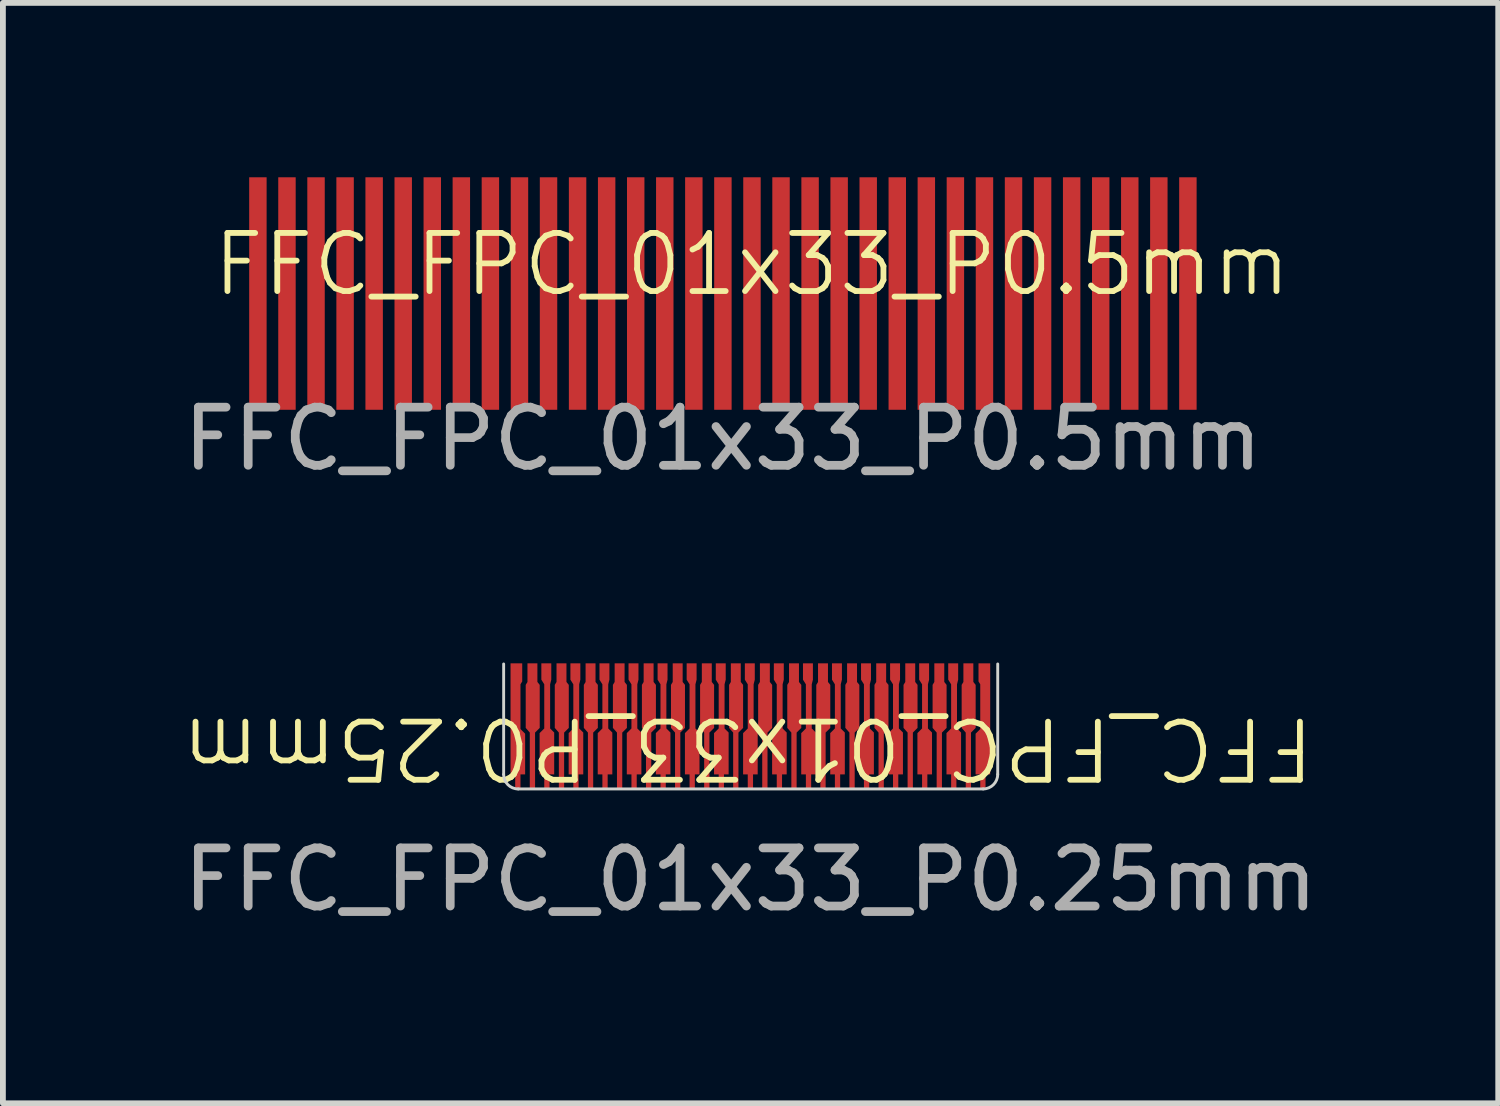
<source format=kicad_pcb>
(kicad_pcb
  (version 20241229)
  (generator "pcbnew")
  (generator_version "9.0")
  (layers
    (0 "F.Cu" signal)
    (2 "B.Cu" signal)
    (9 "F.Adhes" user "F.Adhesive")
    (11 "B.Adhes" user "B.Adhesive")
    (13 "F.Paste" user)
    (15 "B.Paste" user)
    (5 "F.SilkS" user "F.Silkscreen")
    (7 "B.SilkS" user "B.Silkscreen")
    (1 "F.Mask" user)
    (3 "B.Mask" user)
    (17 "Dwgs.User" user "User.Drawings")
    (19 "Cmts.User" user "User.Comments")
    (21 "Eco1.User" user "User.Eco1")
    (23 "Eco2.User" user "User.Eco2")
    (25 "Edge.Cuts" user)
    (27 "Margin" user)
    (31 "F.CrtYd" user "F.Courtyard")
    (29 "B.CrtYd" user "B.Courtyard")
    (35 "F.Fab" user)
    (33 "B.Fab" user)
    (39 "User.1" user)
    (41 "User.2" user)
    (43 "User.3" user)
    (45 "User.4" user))
  (footprint "FFC_FPC_01x33_P0.25mm"
    (layer "F.Cu")
    (at 9.863 9.583)
    (property "Reference" "FFC_FPC_01x33_P0.25mm" (at -0.049 0.24 180) (unlocked yes) (layer "F.SilkS") (effects (font (size 1 1) (thickness 0.1))))
    (attr smd)
    (fp_line (start -4.248 0.69) (end -4.248 -1.21) (stroke (width 0.05) (type default)) (layer "Edge.Cuts"))
    (fp_line (start 4.002 0.94) (end -3.998 0.94) (stroke (width 0.05) (type default)) (layer "Edge.Cuts"))
    (fp_line (start 4.252 0.69) (end 4.252 -1.21) (stroke (width 0.05) (type default)) (layer "Edge.Cuts"))
    (fp_arc (start -3.9985 0.940208) (mid -4.175277 0.866985) (end -4.2485 0.690208) (stroke (width 0.05) (type default)) (layer "Edge.Cuts"))
    (fp_arc (start 4.2515 0.690208) (mid 4.178277 0.866985) (end 4.0015 0.940208) (stroke (width 0.05) (type default)) (layer "Edge.Cuts"))
    (fp_text user "${REFERENCE}" (at 0 2.5 0) (unlocked yes) (layer "F.Fab") (effects (font (size 1 1) (thickness 0.15))))
    (pad "1" smd custom (at -4.024 -1.11 180) (size 0.15 0.2) (layers "F.Cu" "F.Mask" "F.Paste") (options (anchor rect)) (primitives (gr_poly (pts (xy -0.065 -1.02) (xy -0.065 -0.25) (xy -0.095 -0.2) (xy -0.095 0.11) (xy 0.105 0.11) (xy 0.105 -1.8) (xy 0.025 -1.8) (xy 0.025 -2.05) (xy -0.065 -2.05) (xy -0.065 -1.8) (xy -0.145 -1.8) (xy -0.145 -1.1)) (width 0.001) (fill yes))))
    (pad "2" smd custom (at -3.753 -1.115 180) (size 0.17 0.21) (layers "F.Cu" "F.Mask" "F.Paste") (options (anchor rect)) (primitives (gr_poly (pts (xy 0.115 -1.005) (xy 0.115 -0.265) (xy 0.085 -0.215) (xy 0.085 0.105) (xy -0.085 0.105) (xy -0.085 -0.215) (xy -0.125 -0.265) (xy -0.125 -1.005) (xy -0.045 -1.085) (xy -0.045 -2.055) (xy 0.045 -2.055) (xy 0.045 -1.085)) (width 0.001) (fill yes))))
    (pad "3" smd custom (at -3.514 -1.115 180) (size 0.17 0.21) (layers "F.Cu" "F.Mask" "F.Paste") (options (anchor rect)) (primitives (gr_poly (pts (xy -0.055 -2.055) (xy 0.035 -2.055) (xy 0.035 -1.805) (xy 0.115 -1.805) (xy 0.115 -1.095) (xy 0.035 -1.015) (xy 0.035 -0.255) (xy 0.085 -0.175) (xy 0.085 0.105) (xy -0.085 0.105) (xy -0.085 -0.175) (xy -0.065 -0.255) (xy -0.065 -1.015) (xy -0.135 -1.085) (xy -0.135 -1.805) (xy -0.055 -1.805)) (width 0.001) (fill yes))))
    (pad "4" smd custom (at -3.253 -1.14 180) (size 0.17 0.16) (layers "F.Cu" "F.Mask" "F.Paste") (options (anchor rect)) (primitives (gr_poly (pts (xy 0.115 -1.03) (xy 0.115 -0.29) (xy 0.085 -0.24) (xy 0.085 0.08) (xy -0.085 0.08) (xy -0.085 -0.24) (xy -0.125 -0.29) (xy -0.125 -1.03) (xy -0.045 -1.11) (xy -0.045 -2.08) (xy 0.045 -2.08) (xy 0.045 -1.11)) (width 0.001) (fill yes))))
    (pad "5" smd custom (at -3.014 -1.14 180) (size 0.17 0.16) (layers "F.Cu" "F.Mask" "F.Paste") (options (anchor rect)) (primitives (gr_poly (pts (xy -0.055 -2.08) (xy 0.035 -2.08) (xy 0.035 -1.83) (xy 0.115 -1.83) (xy 0.115 -1.12) (xy 0.035 -1.04) (xy 0.035 -0.28) (xy 0.085 -0.2) (xy 0.085 0.08) (xy -0.085 0.08) (xy -0.085 -0.2) (xy -0.065 -0.28) (xy -0.065 -1.04) (xy -0.135 -1.11) (xy -0.135 -1.83) (xy -0.055 -1.83)) (width 0.001) (fill yes))))
    (pad "6" smd custom (at -2.753 -1.06 180) (size 0.17 0.32) (layers "F.Cu" "F.Mask" "F.Paste") (options (anchor rect)) (primitives (gr_poly (pts (xy 0.115 -0.95) (xy 0.115 -0.21) (xy 0.085 -0.16) (xy 0.085 0.16) (xy -0.085 0.16) (xy -0.085 -0.16) (xy -0.125 -0.21) (xy -0.125 -0.95) (xy -0.045 -1.03) (xy -0.045 -2) (xy 0.045 -2) (xy 0.045 -1.03)) (width 0.001) (fill yes))))
    (pad "7" smd custom (at -2.514 -1.14 180) (size 0.17 0.16) (layers "F.Cu" "F.Mask" "F.Paste") (options (anchor rect)) (primitives (gr_poly (pts (xy -0.055 -2.08) (xy 0.035 -2.08) (xy 0.035 -1.83) (xy 0.115 -1.83) (xy 0.115 -1.12) (xy 0.035 -1.04) (xy 0.035 -0.28) (xy 0.085 -0.2) (xy 0.085 0.08) (xy -0.085 0.08) (xy -0.085 -0.2) (xy -0.065 -0.28) (xy -0.065 -1.04) (xy -0.135 -1.11) (xy -0.135 -1.83) (xy -0.055 -1.83)) (width 0.001) (fill yes))))
    (pad "8" smd custom (at -2.253 -1.115 180) (size 0.17 0.21) (layers "F.Cu" "F.Mask" "F.Paste") (options (anchor rect)) (primitives (gr_poly (pts (xy 0.115 -1.005) (xy 0.115 -0.265) (xy 0.085 -0.215) (xy 0.085 0.105) (xy -0.085 0.105) (xy -0.085 -0.215) (xy -0.125 -0.265) (xy -0.125 -1.005) (xy -0.045 -1.085) (xy -0.045 -2.055) (xy 0.045 -2.055) (xy 0.045 -1.085)) (width 0.001) (fill yes))))
    (pad "9" smd custom (at -2.014 -1.115 180) (size 0.17 0.21) (layers "F.Cu" "F.Mask" "F.Paste") (options (anchor rect)) (primitives (gr_poly (pts (xy -0.055 -2.055) (xy 0.035 -2.055) (xy 0.035 -1.805) (xy 0.115 -1.805) (xy 0.115 -1.095) (xy 0.035 -1.015) (xy 0.035 -0.255) (xy 0.085 -0.175) (xy 0.085 0.105) (xy -0.085 0.105) (xy -0.085 -0.175) (xy -0.065 -0.255) (xy -0.065 -1.015) (xy -0.135 -1.085) (xy -0.135 -1.805) (xy -0.055 -1.805)) (width 0.001) (fill yes))))
    (pad "10" smd custom (at -1.754 -1.115 180) (size 0.17 0.21) (layers "F.Cu" "F.Mask" "F.Paste") (options (anchor rect)) (primitives (gr_poly (pts (xy 0.115 -1.005) (xy 0.115 -0.265) (xy 0.085 -0.215) (xy 0.085 0.105) (xy -0.085 0.105) (xy -0.085 -0.215) (xy -0.125 -0.265) (xy -0.125 -1.005) (xy -0.045 -1.085) (xy -0.045 -2.055) (xy 0.045 -2.055) (xy 0.045 -1.085)) (width 0.001) (fill yes))))
    (pad "11" smd custom (at -1.514 -1.115 180) (size 0.17 0.21) (layers "F.Cu" "F.Mask" "F.Paste") (options (anchor rect)) (primitives (gr_poly (pts (xy -0.055 -2.055) (xy 0.035 -2.055) (xy 0.035 -1.805) (xy 0.115 -1.805) (xy 0.115 -1.095) (xy 0.035 -1.015) (xy 0.035 -0.255) (xy 0.085 -0.175) (xy 0.085 0.105) (xy -0.085 0.105) (xy -0.085 -0.175) (xy -0.065 -0.255) (xy -0.065 -1.015) (xy -0.135 -1.085) (xy -0.135 -1.805) (xy -0.055 -1.805)) (width 0.001) (fill yes))))
    (pad "12" smd custom (at -1.254 -1.115 180) (size 0.17 0.21) (layers "F.Cu" "F.Mask" "F.Paste") (options (anchor rect)) (primitives (gr_poly (pts (xy 0.115 -1.005) (xy 0.115 -0.265) (xy 0.085 -0.215) (xy 0.085 0.105) (xy -0.085 0.105) (xy -0.085 -0.215) (xy -0.125 -0.265) (xy -0.125 -1.005) (xy -0.045 -1.085) (xy -0.045 -2.055) (xy 0.045 -2.055) (xy 0.045 -1.085)) (width 0.001) (fill yes))))
    (pad "13" smd custom (at -1.014 -1.14 180) (size 0.17 0.16) (layers "F.Cu" "F.Mask" "F.Paste") (options (anchor rect)) (primitives (gr_poly (pts (xy -0.055 -2.08) (xy 0.035 -2.08) (xy 0.035 -1.83) (xy 0.115 -1.83) (xy 0.115 -1.12) (xy 0.035 -1.04) (xy 0.035 -0.28) (xy 0.085 -0.2) (xy 0.085 0.08) (xy -0.085 0.08) (xy -0.085 -0.2) (xy -0.065 -0.28) (xy -0.065 -1.04) (xy -0.135 -1.11) (xy -0.135 -1.83) (xy -0.055 -1.83)) (width 0.001) (fill yes))))
    (pad "14" smd custom (at -0.753 -1.115 180) (size 0.17 0.21) (layers "F.Cu" "F.Mask" "F.Paste") (options (anchor rect)) (primitives (gr_poly (pts (xy 0.115 -1.005) (xy 0.115 -0.265) (xy 0.085 -0.215) (xy 0.085 0.105) (xy -0.085 0.105) (xy -0.085 -0.215) (xy -0.125 -0.265) (xy -0.125 -1.005) (xy -0.045 -1.085) (xy -0.045 -2.055) (xy 0.045 -2.055) (xy 0.045 -1.085)) (width 0.001) (fill yes))))
    (pad "15" smd custom (at -0.513 -1.115 180) (size 0.17 0.21) (layers "F.Cu" "F.Mask" "F.Paste") (options (anchor rect)) (primitives (gr_poly (pts (xy -0.055 -2.055) (xy 0.035 -2.055) (xy 0.035 -1.805) (xy 0.115 -1.805) (xy 0.115 -1.095) (xy 0.035 -1.015) (xy 0.035 -0.255) (xy 0.085 -0.175) (xy 0.085 0.105) (xy -0.085 0.105) (xy -0.085 -0.175) (xy -0.065 -0.255) (xy -0.065 -1.015) (xy -0.135 -1.085) (xy -0.135 -1.805) (xy -0.055 -1.805)) (width 0.001) (fill yes))))
    (pad "16" smd custom (at -0.254 -1.115 180) (size 0.17 0.21) (layers "F.Cu" "F.Mask" "F.Paste") (options (anchor rect)) (primitives (gr_poly (pts (xy 0.115 -1.005) (xy 0.115 -0.265) (xy 0.085 -0.215) (xy 0.085 0.105) (xy -0.085 0.105) (xy -0.085 -0.215) (xy -0.125 -0.265) (xy -0.125 -1.005) (xy -0.045 -1.085) (xy -0.045 -2.055) (xy 0.045 -2.055) (xy 0.045 -1.085)) (width 0.001) (fill yes))))
    (pad "17" smd custom (at -0.013 -1.115 180) (size 0.17 0.21) (layers "F.Cu" "F.Mask" "F.Paste") (options (anchor rect)) (primitives (gr_poly (pts (xy -0.055 -2.055) (xy 0.035 -2.055) (xy 0.035 -1.805) (xy 0.115 -1.805) (xy 0.115 -1.095) (xy 0.035 -1.015) (xy 0.035 -0.255) (xy 0.085 -0.175) (xy 0.085 0.105) (xy -0.085 0.105) (xy -0.085 -0.175) (xy -0.065 -0.255) (xy -0.065 -1.015) (xy -0.135 -1.085) (xy -0.135 -1.805) (xy -0.055 -1.805)) (width 0.001) (fill yes))))
    (pad "18" smd custom (at 0.246 -1.115 180) (size 0.17 0.21) (layers "F.Cu" "F.Mask" "F.Paste") (options (anchor rect)) (primitives (gr_poly (pts (xy 0.115 -1.005) (xy 0.115 -0.265) (xy 0.085 -0.215) (xy 0.085 0.105) (xy -0.085 0.105) (xy -0.085 -0.215) (xy -0.125 -0.265) (xy -0.125 -1.005) (xy -0.045 -1.085) (xy -0.045 -2.055) (xy 0.045 -2.055) (xy 0.045 -1.085)) (width 0.001) (fill yes))))
    (pad "19" smd custom (at 0.486 -1.115 180) (size 0.17 0.21) (layers "F.Cu" "F.Mask" "F.Paste") (options (anchor rect)) (primitives (gr_poly (pts (xy -0.055 -2.055) (xy 0.035 -2.055) (xy 0.035 -1.805) (xy 0.115 -1.805) (xy 0.115 -1.095) (xy 0.035 -1.015) (xy 0.035 -0.255) (xy 0.085 -0.175) (xy 0.085 0.105) (xy -0.085 0.105) (xy -0.085 -0.175) (xy -0.065 -0.255) (xy -0.065 -1.015) (xy -0.135 -1.085) (xy -0.135 -1.805) (xy -0.055 -1.805)) (width 0.001) (fill yes))))
    (pad "20" smd custom (at 0.747 -1.115 180) (size 0.17 0.21) (layers "F.Cu" "F.Mask" "F.Paste") (options (anchor rect)) (primitives (gr_poly (pts (xy 0.115 -1.005) (xy 0.115 -0.265) (xy 0.085 -0.215) (xy 0.085 0.105) (xy -0.085 0.105) (xy -0.085 -0.215) (xy -0.125 -0.265) (xy -0.125 -1.005) (xy -0.045 -1.085) (xy -0.045 -2.055) (xy 0.045 -2.055) (xy 0.045 -1.085)) (width 0.001) (fill yes))))
    (pad "21" smd custom (at 0.987 -1.115 180) (size 0.17 0.21) (layers "F.Cu" "F.Mask" "F.Paste") (options (anchor rect)) (primitives (gr_poly (pts (xy -0.055 -2.055) (xy 0.035 -2.055) (xy 0.035 -1.805) (xy 0.115 -1.805) (xy 0.115 -1.095) (xy 0.035 -1.015) (xy 0.035 -0.255) (xy 0.085 -0.175) (xy 0.085 0.105) (xy -0.085 0.105) (xy -0.085 -0.175) (xy -0.065 -0.255) (xy -0.065 -1.015) (xy -0.135 -1.085) (xy -0.135 -1.805) (xy -0.055 -1.805)) (width 0.001) (fill yes))))
    (pad "22" smd custom (at 1.246 -1.115 180) (size 0.17 0.21) (layers "F.Cu" "F.Mask" "F.Paste") (options (anchor rect)) (primitives (gr_poly (pts (xy 0.115 -1.005) (xy 0.115 -0.265) (xy 0.085 -0.215) (xy 0.085 0.105) (xy -0.085 0.105) (xy -0.085 -0.215) (xy -0.125 -0.265) (xy -0.125 -1.005) (xy -0.045 -1.085) (xy -0.045 -2.055) (xy 0.045 -2.055) (xy 0.045 -1.085)) (width 0.001) (fill yes))))
    (pad "23" smd custom (at 1.486 -1.115 180) (size 0.17 0.21) (layers "F.Cu" "F.Mask" "F.Paste") (options (anchor rect)) (primitives (gr_poly (pts (xy -0.055 -2.055) (xy 0.035 -2.055) (xy 0.035 -1.805) (xy 0.115 -1.805) (xy 0.115 -1.095) (xy 0.035 -1.015) (xy 0.035 -0.255) (xy 0.085 -0.175) (xy 0.085 0.105) (xy -0.085 0.105) (xy -0.085 -0.175) (xy -0.065 -0.255) (xy -0.065 -1.015) (xy -0.135 -1.085) (xy -0.135 -1.805) (xy -0.055 -1.805)) (width 0.001) (fill yes))))
    (pad "24" smd custom (at 1.746 -1.115 180) (size 0.17 0.21) (layers "F.Cu" "F.Mask" "F.Paste") (options (anchor rect)) (primitives (gr_poly (pts (xy 0.115 -1.005) (xy 0.115 -0.265) (xy 0.085 -0.215) (xy 0.085 0.105) (xy -0.085 0.105) (xy -0.085 -0.215) (xy -0.125 -0.265) (xy -0.125 -1.005) (xy -0.045 -1.085) (xy -0.045 -2.055) (xy 0.045 -2.055) (xy 0.045 -1.085)) (width 0.001) (fill yes))))
    (pad "25" smd custom (at 1.986 -1.115 180) (size 0.17 0.21) (layers "F.Cu" "F.Mask" "F.Paste") (options (anchor rect)) (primitives (gr_poly (pts (xy -0.055 -2.055) (xy 0.035 -2.055) (xy 0.035 -1.805) (xy 0.115 -1.805) (xy 0.115 -1.095) (xy 0.035 -1.015) (xy 0.035 -0.255) (xy 0.085 -0.175) (xy 0.085 0.105) (xy -0.085 0.105) (xy -0.085 -0.175) (xy -0.065 -0.255) (xy -0.065 -1.015) (xy -0.135 -1.085) (xy -0.135 -1.805) (xy -0.055 -1.805)) (width 0.001) (fill yes))))
    (pad "26" smd custom (at 2.247 -1.115 180) (size 0.17 0.21) (layers "F.Cu" "F.Mask" "F.Paste") (options (anchor rect)) (primitives (gr_poly (pts (xy 0.115 -1.005) (xy 0.115 -0.265) (xy 0.085 -0.215) (xy 0.085 0.105) (xy -0.085 0.105) (xy -0.085 -0.215) (xy -0.125 -0.265) (xy -0.125 -1.005) (xy -0.045 -1.085) (xy -0.045 -2.055) (xy 0.045 -2.055) (xy 0.045 -1.085)) (width 0.001) (fill yes))))
    (pad "27" smd custom (at 2.486 -1.115 180) (size 0.17 0.21) (layers "F.Cu" "F.Mask" "F.Paste") (options (anchor rect)) (primitives (gr_poly (pts (xy -0.055 -2.055) (xy 0.035 -2.055) (xy 0.035 -1.805) (xy 0.115 -1.805) (xy 0.115 -1.095) (xy 0.035 -1.015) (xy 0.035 -0.255) (xy 0.085 -0.175) (xy 0.085 0.105) (xy -0.085 0.105) (xy -0.085 -0.175) (xy -0.065 -0.255) (xy -0.065 -1.015) (xy -0.135 -1.085) (xy -0.135 -1.805) (xy -0.055 -1.805)) (width 0.001) (fill yes))))
    (pad "28" smd custom (at 2.747 -1.115 180) (size 0.17 0.21) (layers "F.Cu" "F.Mask" "F.Paste") (options (anchor rect)) (primitives (gr_poly (pts (xy 0.115 -1.005) (xy 0.115 -0.265) (xy 0.085 -0.215) (xy 0.085 0.105) (xy -0.085 0.105) (xy -0.085 -0.215) (xy -0.125 -0.265) (xy -0.125 -1.005) (xy -0.045 -1.085) (xy -0.045 -2.055) (xy 0.045 -2.055) (xy 0.045 -1.085)) (width 0.001) (fill yes))))
    (pad "29" smd custom (at 2.986 -1.115 180) (size 0.17 0.21) (layers "F.Cu" "F.Mask" "F.Paste") (options (anchor rect)) (primitives (gr_poly (pts (xy -0.055 -2.055) (xy 0.035 -2.055) (xy 0.035 -1.805) (xy 0.115 -1.805) (xy 0.115 -1.095) (xy 0.035 -1.015) (xy 0.035 -0.255) (xy 0.085 -0.175) (xy 0.085 0.105) (xy -0.085 0.105) (xy -0.085 -0.175) (xy -0.065 -0.255) (xy -0.065 -1.015) (xy -0.135 -1.085) (xy -0.135 -1.805) (xy -0.055 -1.805)) (width 0.001) (fill yes))))
    (pad "30" smd custom (at 3.247 -1.14 180) (size 0.17 0.16) (layers "F.Cu" "F.Mask" "F.Paste") (options (anchor rect)) (primitives (gr_poly (pts (xy 0.115 -1.03) (xy 0.115 -0.29) (xy 0.085 -0.24) (xy 0.085 0.08) (xy -0.085 0.08) (xy -0.085 -0.24) (xy -0.125 -0.29) (xy -0.125 -1.03) (xy -0.045 -1.11) (xy -0.045 -2.08) (xy 0.045 -2.08) (xy 0.045 -1.11)) (width 0.001) (fill yes))))
    (pad "31" smd custom (at 3.486 -1.115 180) (size 0.17 0.21) (layers "F.Cu" "F.Mask" "F.Paste") (options (anchor rect)) (primitives (gr_poly (pts (xy -0.055 -2.055) (xy 0.035 -2.055) (xy 0.035 -1.805) (xy 0.115 -1.805) (xy 0.115 -1.095) (xy 0.035 -1.015) (xy 0.035 -0.255) (xy 0.085 -0.175) (xy 0.085 0.105) (xy -0.085 0.105) (xy -0.085 -0.175) (xy -0.065 -0.255) (xy -0.065 -1.015) (xy -0.135 -1.085) (xy -0.135 -1.805) (xy -0.055 -1.805)) (width 0.001) (fill yes))))
    (pad "32" smd custom (at 3.747 -1.115 180) (size 0.17 0.21) (layers "F.Cu" "F.Mask" "F.Paste") (options (anchor rect)) (primitives (gr_poly (pts (xy 0.115 -1.005) (xy 0.115 -0.265) (xy 0.085 -0.215) (xy 0.085 0.105) (xy -0.085 0.105) (xy -0.085 -0.215) (xy -0.125 -0.265) (xy -0.125 -1.005) (xy -0.045 -1.085) (xy -0.045 -2.055) (xy 0.045 -2.055) (xy 0.045 -1.085)) (width 0.001) (fill yes))))
    (pad "33" smd custom (at 4.037 -1.115 180) (size 0.17 0.21) (layers "F.Cu" "F.Mask" "F.Paste") (options (anchor rect)) (primitives (gr_poly (pts (xy 0.085 -1.025) (xy 0.085 -0.255) (xy 0.115 -0.205) (xy 0.115 0.105) (xy -0.085 0.105) (xy -0.085 -1.805) (xy -0.005 -1.805) (xy -0.005 -2.055) (xy 0.085 -2.055) (xy 0.085 -1.805) (xy 0.165 -1.805) (xy 0.165 -1.105)) (width 0.001) (fill yes)))))
  (footprint "FFC_FPC_01x33_P0.5mm"
    (layer "F.Cu")
    (at 9.387 2)
    (property "Reference" "FFC_FPC_01x33_P0.5mm" (at 0.5 -0.5 0) (unlocked yes) (layer "F.SilkS") (effects (font (size 1 1) (thickness 0.1))))
    (attr smd)
    (fp_text user "${REFERENCE}" (at 0 2.5 0) (unlocked yes) (layer "F.Fab") (effects (font (size 1 1) (thickness 0.15))))
    (pad "1" smd rect (at -8 0) (size 0.3 4) (layers "F.Cu" "F.Mask" "F.Paste"))
    (pad "2" smd rect (at -7.5 0) (size 0.3 4) (layers "F.Cu" "F.Mask" "F.Paste"))
    (pad "3" smd rect (at -7 0) (size 0.3 4) (layers "F.Cu" "F.Mask" "F.Paste"))
    (pad "4" smd rect (at -6.5 0) (size 0.3 4) (layers "F.Cu" "F.Mask" "F.Paste"))
    (pad "5" smd rect (at -6 0) (size 0.3 4) (layers "F.Cu" "F.Mask" "F.Paste"))
    (pad "6" smd rect (at -5.5 0) (size 0.3 4) (layers "F.Cu" "F.Mask" "F.Paste"))
    (pad "7" smd rect (at -5 0) (size 0.3 4) (layers "F.Cu" "F.Mask" "F.Paste"))
    (pad "8" smd rect (at -4.5 0) (size 0.3 4) (layers "F.Cu" "F.Mask" "F.Paste"))
    (pad "9" smd rect (at -4 0) (size 0.3 4) (layers "F.Cu" "F.Mask" "F.Paste"))
    (pad "10" smd rect (at -3.5 0) (size 0.3 4) (layers "F.Cu" "F.Mask" "F.Paste"))
    (pad "11" smd rect (at -3 0) (size 0.3 4) (layers "F.Cu" "F.Mask" "F.Paste"))
    (pad "12" smd rect (at -2.5 0) (size 0.3 4) (layers "F.Cu" "F.Mask" "F.Paste"))
    (pad "13" smd rect (at -2 0) (size 0.3 4) (layers "F.Cu" "F.Mask" "F.Paste"))
    (pad "14" smd rect (at -1.5 0) (size 0.3 4) (layers "F.Cu" "F.Mask" "F.Paste"))
    (pad "15" smd rect (at -1 0) (size 0.3 4) (layers "F.Cu" "F.Mask" "F.Paste"))
    (pad "16" smd rect (at -0.5 0) (size 0.3 4) (layers "F.Cu" "F.Mask" "F.Paste"))
    (pad "17" smd rect (at 0 0) (size 0.3 4) (layers "F.Cu" "F.Mask" "F.Paste"))
    (pad "18" smd rect (at 0.5 0) (size 0.3 4) (layers "F.Cu" "F.Mask" "F.Paste"))
    (pad "19" smd rect (at 1 0) (size 0.3 4) (layers "F.Cu" "F.Mask" "F.Paste"))
    (pad "20" smd rect (at 1.5 0) (size 0.3 4) (layers "F.Cu" "F.Mask" "F.Paste"))
    (pad "21" smd rect (at 2 0) (size 0.3 4) (layers "F.Cu" "F.Mask" "F.Paste"))
    (pad "22" smd rect (at 2.5 0) (size 0.3 4) (layers "F.Cu" "F.Mask" "F.Paste"))
    (pad "23" smd rect (at 3 0) (size 0.3 4) (layers "F.Cu" "F.Mask" "F.Paste"))
    (pad "24" smd rect (at 3.5 0) (size 0.3 4) (layers "F.Cu" "F.Mask" "F.Paste"))
    (pad "25" smd rect (at 4 0) (size 0.3 4) (layers "F.Cu" "F.Mask" "F.Paste"))
    (pad "26" smd rect (at 4.5 0) (size 0.3 4) (layers "F.Cu" "F.Mask" "F.Paste"))
    (pad "27" smd rect (at 5 0) (size 0.3 4) (layers "F.Cu" "F.Mask" "F.Paste"))
    (pad "28" smd rect (at 5.5 0) (size 0.3 4) (layers "F.Cu" "F.Mask" "F.Paste"))
    (pad "29" smd rect (at 6 0) (size 0.3 4) (layers "F.Cu" "F.Mask" "F.Paste"))
    (pad "30" smd rect (at 6.5 0) (size 0.3 4) (layers "F.Cu" "F.Mask" "F.Paste"))
    (pad "31" smd rect (at 7 0) (size 0.3 4) (layers "F.Cu" "F.Mask" "F.Paste"))
    (pad "32" smd rect (at 7.5 0) (size 0.3 4) (layers "F.Cu" "F.Mask" "F.Paste"))
    (pad "33" smd rect (at 8 0) (size 0.3 4) (layers "F.Cu" "F.Mask" "F.Paste")))
  (gr_rect
    (start -3 -3)
    (end 22.726 15.931)
    (stroke (width 0.1) (type default))
    (fill no)
    (layer "Edge.Cuts")))
</source>
